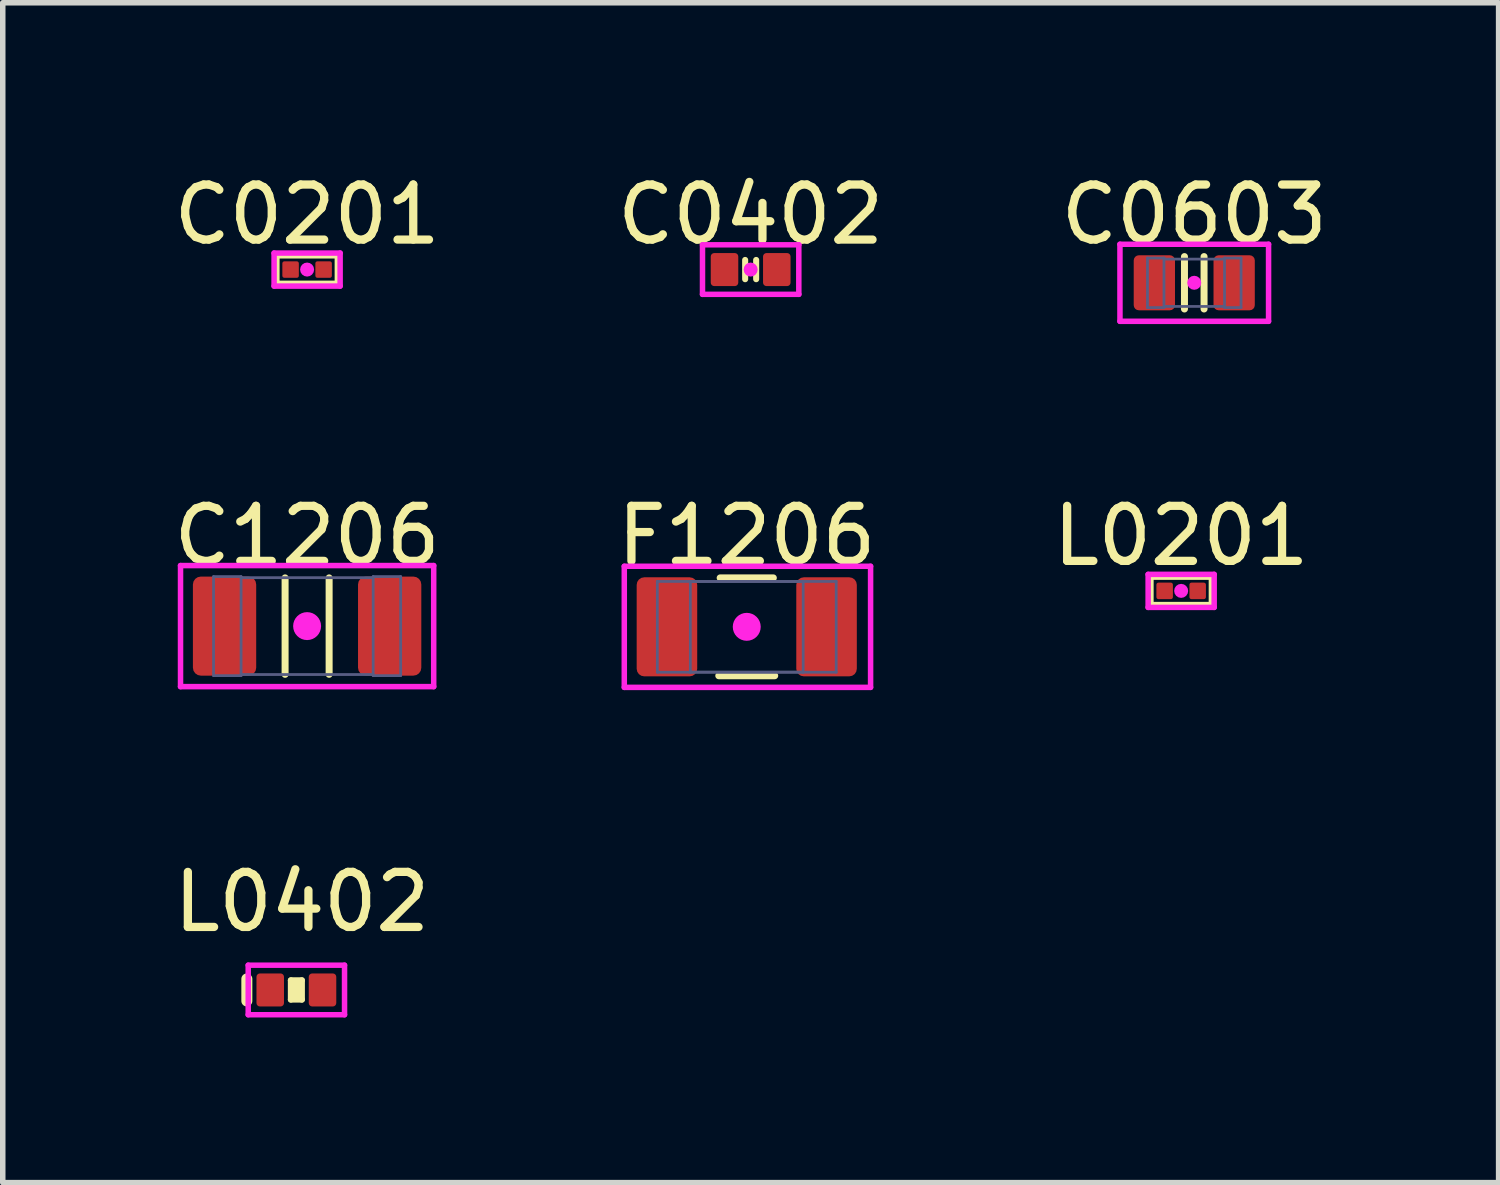
<source format=kicad_pcb>
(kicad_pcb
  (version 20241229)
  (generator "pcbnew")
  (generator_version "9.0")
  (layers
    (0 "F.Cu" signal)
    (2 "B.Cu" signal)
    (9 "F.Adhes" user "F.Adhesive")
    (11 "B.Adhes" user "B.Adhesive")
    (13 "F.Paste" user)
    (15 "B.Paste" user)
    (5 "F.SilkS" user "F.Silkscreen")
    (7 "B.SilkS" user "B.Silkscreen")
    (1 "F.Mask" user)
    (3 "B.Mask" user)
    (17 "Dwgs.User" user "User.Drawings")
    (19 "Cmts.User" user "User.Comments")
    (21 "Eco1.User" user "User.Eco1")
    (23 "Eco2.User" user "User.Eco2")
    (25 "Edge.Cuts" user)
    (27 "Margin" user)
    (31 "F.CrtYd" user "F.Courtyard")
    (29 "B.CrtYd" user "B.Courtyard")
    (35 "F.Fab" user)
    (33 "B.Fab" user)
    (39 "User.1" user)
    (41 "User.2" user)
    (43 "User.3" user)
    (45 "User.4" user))
  (footprint "L0201"
    (layer "F.Cu")
    (at 18.411 7.686)
    (property "Reference" "L0201" (at 0 -1 0) (layer "F.SilkS") (effects (font (size 1 1) (thickness 0.15))))
    (fp_line (start -0.55 -0.25) (end 0.55 -0.25) (stroke (width 0.1) (type solid)) (layer "F.SilkS"))
    (fp_line (start -0.55 0.25) (end -0.55 -0.25) (stroke (width 0.1) (type solid)) (layer "F.SilkS"))
    (fp_line (start -0.55 0.25) (end 0.55 0.25) (stroke (width 0.1) (type solid)) (layer "F.SilkS"))
    (fp_line (start 0.55 0.25) (end 0.55 -0.25) (stroke (width 0.1) (type solid)) (layer "F.SilkS"))
    (fp_line (start -0.6 -0.3) (end 0.6 -0.3) (stroke (width 0.1) (type solid)) (layer "F.CrtYd"))
    (fp_line (start -0.6 0.3) (end -0.6 -0.3) (stroke (width 0.1) (type solid)) (layer "F.CrtYd"))
    (fp_line (start -0.6 0.3) (end 0.6 0.3) (stroke (width 0.1) (type solid)) (layer "F.CrtYd"))
    (fp_line (start 0.6 0.3) (end 0.6 -0.3) (stroke (width 0.1) (type solid)) (layer "F.CrtYd"))
    (fp_circle (center 0 0) (end 0 -0.064) (stroke (width 0.127) (type solid)) (fill no) (layer "F.CrtYd"))
    (pad "1" smd roundrect (at -0.3 0 270) (size 0.3 0.3) (layers "F.Cu" "F.Mask" "F.Paste") (roundrect_rratio 0.125))
    (pad "2" smd roundrect (at 0.3 0 90) (size 0.3 0.3) (layers "F.Cu" "F.Mask" "F.Paste") (roundrect_rratio 0.125)))
  (footprint "C0603"
    (layer "F.Cu")
    (at 18.649 2.088)
    (property "Reference" "C0603" (at 0 -1.24 0) (layer "F.SilkS") (effects (font (size 1 1) (thickness 0.15))))
    (fp_line (start -0.178 0.476) (end -0.178 -0.476) (stroke (width 0.127) (type solid)) (layer "F.SilkS"))
    (fp_line (start 0.178 0.476) (end 0.178 -0.476) (stroke (width 0.127) (type solid)) (layer "F.SilkS"))
    (fp_line (start -1.35 -0.7) (end 1.35 -0.7) (stroke (width 0.1) (type solid)) (layer "F.CrtYd"))
    (fp_line (start -1.35 0.7) (end -1.35 -0.7) (stroke (width 0.1) (type solid)) (layer "F.CrtYd"))
    (fp_line (start -1.35 0.7) (end 1.35 0.7) (stroke (width 0.1) (type solid)) (layer "F.CrtYd"))
    (fp_line (start 1.35 0.7) (end 1.35 -0.7) (stroke (width 0.1) (type solid)) (layer "F.CrtYd"))
    (fp_circle (center 0 0) (end 0 -0.064) (stroke (width 0.127) (type solid)) (fill no) (layer "F.CrtYd"))
    (fp_line (start -0.85 -0.45) (end -0.55 -0.45) (stroke (width 0.05) (type solid)) (layer "B.Fab"))
    (fp_line (start -0.85 0.45) (end -0.85 -0.45) (stroke (width 0.05) (type solid)) (layer "B.Fab"))
    (fp_line (start -0.85 0.45) (end -0.55 0.45) (stroke (width 0.05) (type solid)) (layer "B.Fab"))
    (fp_line (start -0.55 -0.43) (end 0.55 -0.43) (stroke (width 0.05) (type solid)) (layer "B.Fab"))
    (fp_line (start -0.55 0.43) (end 0.55 0.43) (stroke (width 0.05) (type solid)) (layer "B.Fab"))
    (fp_line (start -0.55 0.45) (end -0.55 -0.45) (stroke (width 0.05) (type solid)) (layer "B.Fab"))
    (fp_line (start 0.55 -0.45) (end 0.85 -0.45) (stroke (width 0.05) (type solid)) (layer "B.Fab"))
    (fp_line (start 0.55 0.45) (end 0.55 -0.45) (stroke (width 0.05) (type solid)) (layer "B.Fab"))
    (fp_line (start 0.55 0.45) (end 0.85 0.45) (stroke (width 0.05) (type solid)) (layer "B.Fab"))
    (fp_line (start 0.85 0.45) (end 0.85 -0.45) (stroke (width 0.05) (type solid)) (layer "B.Fab"))
    (pad "1" smd roundrect (at -0.725 0 90) (size 1 0.75) (layers "F.Cu" "F.Mask" "F.Paste") (roundrect_rratio 0.125))
    (pad "2" smd roundrect (at 0.725 0 90) (size 1 0.75) (layers "F.Cu" "F.Mask" "F.Paste") (roundrect_rratio 0.125)))
  (footprint "C0201"
    (layer "F.Cu")
    (at 2.53 1.848)
    (property "Reference" "C0201" (at 0 -1 0) (layer "F.SilkS") (effects (font (size 1 1) (thickness 0.15))))
    (fp_line (start -0.55 -0.25) (end 0.55 -0.25) (stroke (width 0.1) (type solid)) (layer "F.SilkS"))
    (fp_line (start -0.55 0.25) (end -0.55 -0.25) (stroke (width 0.1) (type solid)) (layer "F.SilkS"))
    (fp_line (start -0.55 0.25) (end 0.55 0.25) (stroke (width 0.1) (type solid)) (layer "F.SilkS"))
    (fp_line (start 0.55 0.25) (end 0.55 -0.25) (stroke (width 0.1) (type solid)) (layer "F.SilkS"))
    (fp_line (start -0.6 -0.3) (end 0.6 -0.3) (stroke (width 0.1) (type solid)) (layer "F.CrtYd"))
    (fp_line (start -0.6 0.3) (end -0.6 -0.3) (stroke (width 0.1) (type solid)) (layer "F.CrtYd"))
    (fp_line (start -0.6 0.3) (end 0.6 0.3) (stroke (width 0.1) (type solid)) (layer "F.CrtYd"))
    (fp_line (start 0.6 0.3) (end 0.6 -0.3) (stroke (width 0.1) (type solid)) (layer "F.CrtYd"))
    (fp_circle (center 0 0) (end 0 -0.064) (stroke (width 0.127) (type solid)) (fill no) (layer "F.CrtYd"))
    (pad "1" smd roundrect (at -0.3 0 270) (size 0.3 0.3) (layers "F.Cu" "F.Mask" "F.Paste") (roundrect_rratio 0.125))
    (pad "2" smd roundrect (at 0.3 0 90) (size 0.3 0.3) (layers "F.Cu" "F.Mask" "F.Paste") (roundrect_rratio 0.125)))
  (footprint "C0402"
    (layer "F.Cu")
    (at 10.589 1.848)
    (property "Reference" "C0402" (at 0 -1 0) (layer "F.SilkS") (effects (font (size 1 1) (thickness 0.15))))
    (fp_line (start -0.1 0.175) (end -0.1 -0.175) (stroke (width 0.11) (type solid)) (layer "F.SilkS"))
    (fp_line (start 0.1 0.175) (end 0.1 -0.175) (stroke (width 0.11) (type solid)) (layer "F.SilkS"))
    (fp_line (start -0.875 -0.45) (end 0.875 -0.45) (stroke (width 0.1) (type solid)) (layer "F.CrtYd"))
    (fp_line (start -0.875 0.45) (end -0.875 -0.45) (stroke (width 0.1) (type solid)) (layer "F.CrtYd"))
    (fp_line (start -0.875 0.45) (end 0.875 0.45) (stroke (width 0.1) (type solid)) (layer "F.CrtYd"))
    (fp_line (start 0.875 0.45) (end 0.875 -0.45) (stroke (width 0.1) (type solid)) (layer "F.CrtYd"))
    (fp_circle (center 0 0) (end 0 -0.064) (stroke (width 0.127) (type solid)) (fill no) (layer "F.CrtYd"))
    (pad "1" smd roundrect (at -0.475 0 270) (size 0.6 0.5) (layers "F.Cu" "F.Mask" "F.Paste") (roundrect_rratio 0.125))
    (pad "2" smd roundrect (at 0.475 0 90) (size 0.6 0.5) (layers "F.Cu" "F.Mask" "F.Paste") (roundrect_rratio 0.125)))
  (footprint "F1206"
    (layer "F.Cu")
    (at 10.518 8.339)
    (property "Reference" "F1206" (at 0 -1.653 0) (layer "F.SilkS") (effects (font (size 1 1) (thickness 0.15))))
    (fp_line (start -0.508 0.889) (end 0.508 0.889) (stroke (width 0.127) (type solid)) (layer "F.SilkS"))
    (fp_line (start -0.483 -0.889) (end 0.483 -0.889) (stroke (width 0.127) (type solid)) (layer "F.SilkS"))
    (fp_line (start -2.225 -1.1) (end 2.25 -1.1) (stroke (width 0.1) (type solid)) (layer "F.CrtYd"))
    (fp_line (start -2.225 1.1) (end -2.225 -1.1) (stroke (width 0.1) (type solid)) (layer "F.CrtYd"))
    (fp_line (start -2.225 1.1) (end 2.25 1.1) (stroke (width 0.1) (type solid)) (layer "F.CrtYd"))
    (fp_line (start 2.25 1.1) (end 2.25 -1.1) (stroke (width 0.1) (type solid)) (layer "F.CrtYd"))
    (fp_circle (center 0 0) (end 0 -0.127) (stroke (width 0.254) (type solid)) (fill no) (layer "F.CrtYd"))
    (fp_line (start -1.625 -0.825) (end -1.025 -0.825) (stroke (width 0.05) (type solid)) (layer "B.Fab"))
    (fp_line (start -1.625 0.825) (end -1.625 -0.825) (stroke (width 0.05) (type solid)) (layer "B.Fab"))
    (fp_line (start -1.625 0.825) (end -1.025 0.825) (stroke (width 0.05) (type solid)) (layer "B.Fab"))
    (fp_line (start -1.025 -0.824) (end 1.025 -0.824) (stroke (width 0.05) (type solid)) (layer "B.Fab"))
    (fp_line (start -1.025 -0.824) (end 1.025 -0.824) (stroke (width 0.05) (type solid)) (layer "B.Fab"))
    (fp_line (start -1.025 0.824) (end 1.025 0.824) (stroke (width 0.05) (type solid)) (layer "B.Fab"))
    (fp_line (start -1.025 0.824) (end 1.025 0.824) (stroke (width 0.05) (type solid)) (layer "B.Fab"))
    (fp_line (start -1.025 0.825) (end -1.025 -0.825) (stroke (width 0.05) (type solid)) (layer "B.Fab"))
    (fp_line (start 1.025 -0.825) (end 1.625 -0.825) (stroke (width 0.05) (type solid)) (layer "B.Fab"))
    (fp_line (start 1.025 0.825) (end 1.025 -0.825) (stroke (width 0.05) (type solid)) (layer "B.Fab"))
    (fp_line (start 1.025 0.825) (end 1.625 0.825) (stroke (width 0.05) (type solid)) (layer "B.Fab"))
    (fp_line (start 1.625 0.825) (end 1.625 -0.825) (stroke (width 0.05) (type solid)) (layer "B.Fab"))
    (pad "1" smd roundrect (at -1.45 0 90) (size 1.8 1.1) (layers "F.Cu" "F.Mask" "F.Paste") (roundrect_rratio 0.125))
    (pad "2" smd roundrect (at 1.45 0 90) (size 1.8 1.1) (layers "F.Cu" "F.Mask" "F.Paste") (roundrect_rratio 0.125)))
  (footprint "L0402"
    (layer "F.Cu")
    (at 2.335 14.937)
    (property "Reference" "L0402" (at 0.1 -1.6 0) (layer "F.SilkS") (effects (font (size 1 1) (thickness 0.15))))
    (fp_line (start -0.9 0.2) (end -0.9 -0.2) (stroke (width 0.2) (type solid)) (layer "F.SilkS"))
    (fp_line (start -0.1 -0.175) (end 0.1 -0.175) (stroke (width 0.11) (type solid)) (layer "F.SilkS"))
    (fp_line (start -0.1 0.175) (end -0.1 -0.175) (stroke (width 0.11) (type solid)) (layer "F.SilkS"))
    (fp_line (start -0.1 0.175) (end 0.1 0.175) (stroke (width 0.11) (type solid)) (layer "F.SilkS"))
    (fp_line (start 0.1 0.175) (end 0.1 -0.175) (stroke (width 0.11) (type solid)) (layer "F.SilkS"))
    (fp_rect (start -0.1 0.175) (end 0.1 -0.175) (stroke (width 0) (type default)) (fill yes) (layer "F.SilkS"))
    (fp_circle (center 0 0) (end 0 -0.064) (stroke (width 0.127) (type solid)) (fill no) (layer "Eco2.User"))
    (fp_line (start -0.875 -0.45) (end 0.875 -0.45) (stroke (width 0.1) (type solid)) (layer "F.CrtYd"))
    (fp_line (start -0.875 0.45) (end -0.875 -0.45) (stroke (width 0.1) (type solid)) (layer "F.CrtYd"))
    (fp_line (start -0.875 0.45) (end 0.875 0.45) (stroke (width 0.1) (type solid)) (layer "F.CrtYd"))
    (fp_line (start 0.875 0.45) (end 0.875 -0.45) (stroke (width 0.1) (type solid)) (layer "F.CrtYd"))
    (pad "1" smd roundrect (at -0.475 0 270) (size 0.6 0.5) (layers "F.Cu" "F.Mask" "F.Paste") (roundrect_rratio 0.125))
    (pad "2" smd roundrect (at 0.475 0 90) (size 0.6 0.5) (layers "F.Cu" "F.Mask" "F.Paste") (roundrect_rratio 0.125)))
  (footprint "C1206"
    (layer "F.Cu")
    (at 2.53 8.326)
    (property "Reference" "C1206" (at 0 -1.64 0) (layer "F.SilkS") (effects (font (size 1 1) (thickness 0.15))))
    (fp_line (start -0.4 0.876) (end -0.4 -0.876) (stroke (width 0.127) (type solid)) (layer "F.SilkS"))
    (fp_line (start 0.4 0.876) (end 0.4 -0.876) (stroke (width 0.127) (type solid)) (layer "F.SilkS"))
    (fp_line (start -2.3 -1.1) (end 2.3 -1.1) (stroke (width 0.1) (type solid)) (layer "F.CrtYd"))
    (fp_line (start -2.3 1.1) (end -2.3 -1.1) (stroke (width 0.1) (type solid)) (layer "F.CrtYd"))
    (fp_line (start -2.3 1.1) (end 2.3 1.1) (stroke (width 0.1) (type solid)) (layer "F.CrtYd"))
    (fp_line (start 2.3 1.1) (end 2.3 -1.1) (stroke (width 0.1) (type solid)) (layer "F.CrtYd"))
    (fp_circle (center 0 0) (end 0 -0.127) (stroke (width 0.254) (type solid)) (fill no) (layer "F.CrtYd"))
    (fp_line (start -1.7 -0.9) (end -1.2 -0.9) (stroke (width 0.05) (type solid)) (layer "B.Fab"))
    (fp_line (start -1.7 0.9) (end -1.7 -0.9) (stroke (width 0.05) (type solid)) (layer "B.Fab"))
    (fp_line (start -1.7 0.9) (end -1.2 0.9) (stroke (width 0.05) (type solid)) (layer "B.Fab"))
    (fp_line (start -1.2 -0.88) (end 1.2 -0.88) (stroke (width 0.05) (type solid)) (layer "B.Fab"))
    (fp_line (start -1.2 0.88) (end 1.2 0.88) (stroke (width 0.05) (type solid)) (layer "B.Fab"))
    (fp_line (start -1.2 0.9) (end -1.2 -0.9) (stroke (width 0.05) (type solid)) (layer "B.Fab"))
    (fp_line (start 1.2 -0.9) (end 1.7 -0.9) (stroke (width 0.05) (type solid)) (layer "B.Fab"))
    (fp_line (start 1.2 0.9) (end 1.2 -0.9) (stroke (width 0.05) (type solid)) (layer "B.Fab"))
    (fp_line (start 1.2 0.9) (end 1.7 0.9) (stroke (width 0.05) (type solid)) (layer "B.Fab"))
    (fp_line (start 1.7 0.9) (end 1.7 -0.9) (stroke (width 0.05) (type solid)) (layer "B.Fab"))
    (pad "1" smd roundrect (at -1.5 0 90) (size 1.8 1.15) (layers "F.Cu" "F.Mask" "F.Paste") (roundrect_rratio 0.125))
    (pad "2" smd roundrect (at 1.5 0 90) (size 1.8 1.15) (layers "F.Cu" "F.Mask" "F.Paste") (roundrect_rratio 0.125)))
  (gr_rect
    (start -3 -3)
    (end 24.179 18.437)
    (stroke (width 0.1) (type default))
    (fill no)
    (layer "Edge.Cuts")))
</source>
